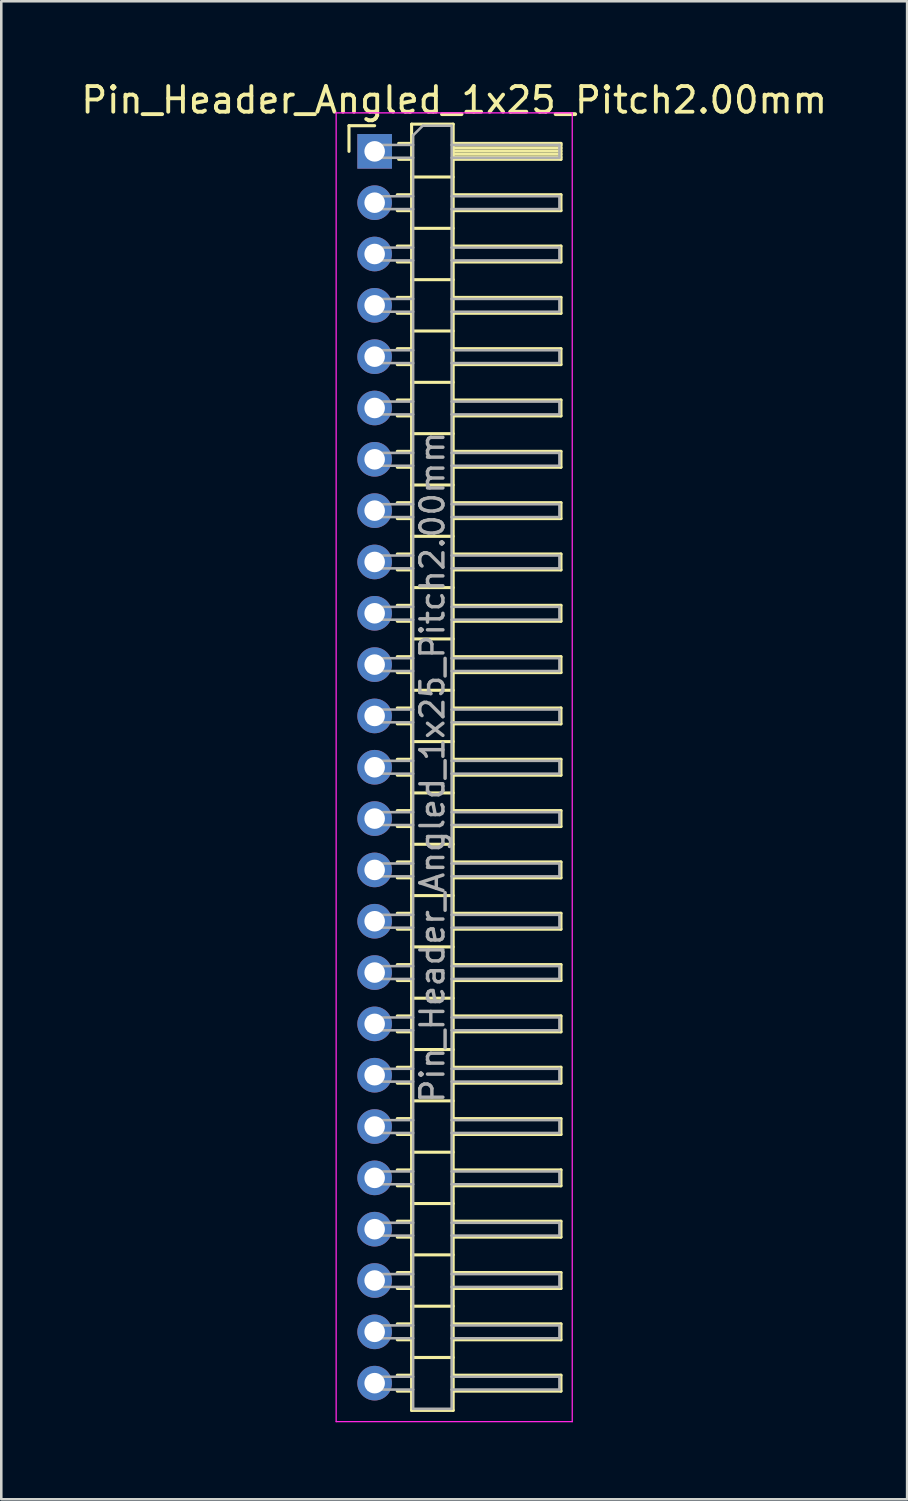
<source format=kicad_pcb>
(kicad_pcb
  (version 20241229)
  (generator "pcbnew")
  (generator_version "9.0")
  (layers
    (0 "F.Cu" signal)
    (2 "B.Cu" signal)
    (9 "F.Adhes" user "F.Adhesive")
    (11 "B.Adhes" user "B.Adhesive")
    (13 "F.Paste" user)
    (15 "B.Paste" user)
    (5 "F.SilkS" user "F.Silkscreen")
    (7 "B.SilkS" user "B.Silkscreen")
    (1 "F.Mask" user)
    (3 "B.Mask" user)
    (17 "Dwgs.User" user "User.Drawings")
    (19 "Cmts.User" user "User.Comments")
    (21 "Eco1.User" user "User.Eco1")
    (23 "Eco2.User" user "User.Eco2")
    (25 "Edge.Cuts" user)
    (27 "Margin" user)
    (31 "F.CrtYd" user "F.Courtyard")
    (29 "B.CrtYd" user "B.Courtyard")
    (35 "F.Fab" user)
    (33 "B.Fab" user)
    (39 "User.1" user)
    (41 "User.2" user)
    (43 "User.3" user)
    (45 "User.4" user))
  (footprint "Pin_Header_Angled_1x25_Pitch2.00mm"
    (layer "F.Cu")
    (at 11.549 2.848)
    (property "Reference" "Pin_Header_Angled_1x25_Pitch2.00mm" (at 3.1 -2 0) (layer "F.SilkS") (effects (font (size 1 1) (thickness 0.15))))
    (attr through_hole)
    (fp_line (start -1 -1) (end 0 -1) (stroke (width 0.12) (type solid)) (layer "F.SilkS"))
    (fp_line (start -1 0) (end -1 -1) (stroke (width 0.12) (type solid)) (layer "F.SilkS"))
    (fp_line (start 0.882 1.69) (end 1.44 1.69) (stroke (width 0.12) (type solid)) (layer "F.SilkS"))
    (fp_line (start 0.882 2.31) (end 1.44 2.31) (stroke (width 0.12) (type solid)) (layer "F.SilkS"))
    (fp_line (start 0.882 3.69) (end 1.44 3.69) (stroke (width 0.12) (type solid)) (layer "F.SilkS"))
    (fp_line (start 0.882 4.31) (end 1.44 4.31) (stroke (width 0.12) (type solid)) (layer "F.SilkS"))
    (fp_line (start 0.882 5.69) (end 1.44 5.69) (stroke (width 0.12) (type solid)) (layer "F.SilkS"))
    (fp_line (start 0.882 6.31) (end 1.44 6.31) (stroke (width 0.12) (type solid)) (layer "F.SilkS"))
    (fp_line (start 0.882 7.69) (end 1.44 7.69) (stroke (width 0.12) (type solid)) (layer "F.SilkS"))
    (fp_line (start 0.882 8.31) (end 1.44 8.31) (stroke (width 0.12) (type solid)) (layer "F.SilkS"))
    (fp_line (start 0.882 9.69) (end 1.44 9.69) (stroke (width 0.12) (type solid)) (layer "F.SilkS"))
    (fp_line (start 0.882 10.31) (end 1.44 10.31) (stroke (width 0.12) (type solid)) (layer "F.SilkS"))
    (fp_line (start 0.882 11.69) (end 1.44 11.69) (stroke (width 0.12) (type solid)) (layer "F.SilkS"))
    (fp_line (start 0.882 12.31) (end 1.44 12.31) (stroke (width 0.12) (type solid)) (layer "F.SilkS"))
    (fp_line (start 0.882 13.69) (end 1.44 13.69) (stroke (width 0.12) (type solid)) (layer "F.SilkS"))
    (fp_line (start 0.882 14.31) (end 1.44 14.31) (stroke (width 0.12) (type solid)) (layer "F.SilkS"))
    (fp_line (start 0.882 15.69) (end 1.44 15.69) (stroke (width 0.12) (type solid)) (layer "F.SilkS"))
    (fp_line (start 0.882 16.31) (end 1.44 16.31) (stroke (width 0.12) (type solid)) (layer "F.SilkS"))
    (fp_line (start 0.882 17.69) (end 1.44 17.69) (stroke (width 0.12) (type solid)) (layer "F.SilkS"))
    (fp_line (start 0.882 18.31) (end 1.44 18.31) (stroke (width 0.12) (type solid)) (layer "F.SilkS"))
    (fp_line (start 0.882 19.69) (end 1.44 19.69) (stroke (width 0.12) (type solid)) (layer "F.SilkS"))
    (fp_line (start 0.882 20.31) (end 1.44 20.31) (stroke (width 0.12) (type solid)) (layer "F.SilkS"))
    (fp_line (start 0.882 21.69) (end 1.44 21.69) (stroke (width 0.12) (type solid)) (layer "F.SilkS"))
    (fp_line (start 0.882 22.31) (end 1.44 22.31) (stroke (width 0.12) (type solid)) (layer "F.SilkS"))
    (fp_line (start 0.882 23.69) (end 1.44 23.69) (stroke (width 0.12) (type solid)) (layer "F.SilkS"))
    (fp_line (start 0.882 24.31) (end 1.44 24.31) (stroke (width 0.12) (type solid)) (layer "F.SilkS"))
    (fp_line (start 0.882 25.69) (end 1.44 25.69) (stroke (width 0.12) (type solid)) (layer "F.SilkS"))
    (fp_line (start 0.882 26.31) (end 1.44 26.31) (stroke (width 0.12) (type solid)) (layer "F.SilkS"))
    (fp_line (start 0.882 27.69) (end 1.44 27.69) (stroke (width 0.12) (type solid)) (layer "F.SilkS"))
    (fp_line (start 0.882 28.31) (end 1.44 28.31) (stroke (width 0.12) (type solid)) (layer "F.SilkS"))
    (fp_line (start 0.882 29.69) (end 1.44 29.69) (stroke (width 0.12) (type solid)) (layer "F.SilkS"))
    (fp_line (start 0.882 30.31) (end 1.44 30.31) (stroke (width 0.12) (type solid)) (layer "F.SilkS"))
    (fp_line (start 0.882 31.69) (end 1.44 31.69) (stroke (width 0.12) (type solid)) (layer "F.SilkS"))
    (fp_line (start 0.882 32.31) (end 1.44 32.31) (stroke (width 0.12) (type solid)) (layer "F.SilkS"))
    (fp_line (start 0.882 33.69) (end 1.44 33.69) (stroke (width 0.12) (type solid)) (layer "F.SilkS"))
    (fp_line (start 0.882 34.31) (end 1.44 34.31) (stroke (width 0.12) (type solid)) (layer "F.SilkS"))
    (fp_line (start 0.882 35.69) (end 1.44 35.69) (stroke (width 0.12) (type solid)) (layer "F.SilkS"))
    (fp_line (start 0.882 36.31) (end 1.44 36.31) (stroke (width 0.12) (type solid)) (layer "F.SilkS"))
    (fp_line (start 0.882 37.69) (end 1.44 37.69) (stroke (width 0.12) (type solid)) (layer "F.SilkS"))
    (fp_line (start 0.882 38.31) (end 1.44 38.31) (stroke (width 0.12) (type solid)) (layer "F.SilkS"))
    (fp_line (start 0.882 39.69) (end 1.44 39.69) (stroke (width 0.12) (type solid)) (layer "F.SilkS"))
    (fp_line (start 0.882 40.31) (end 1.44 40.31) (stroke (width 0.12) (type solid)) (layer "F.SilkS"))
    (fp_line (start 0.882 41.69) (end 1.44 41.69) (stroke (width 0.12) (type solid)) (layer "F.SilkS"))
    (fp_line (start 0.882 42.31) (end 1.44 42.31) (stroke (width 0.12) (type solid)) (layer "F.SilkS"))
    (fp_line (start 0.882 43.69) (end 1.44 43.69) (stroke (width 0.12) (type solid)) (layer "F.SilkS"))
    (fp_line (start 0.882 44.31) (end 1.44 44.31) (stroke (width 0.12) (type solid)) (layer "F.SilkS"))
    (fp_line (start 0.882 45.69) (end 1.44 45.69) (stroke (width 0.12) (type solid)) (layer "F.SilkS"))
    (fp_line (start 0.882 46.31) (end 1.44 46.31) (stroke (width 0.12) (type solid)) (layer "F.SilkS"))
    (fp_line (start 0.882 47.69) (end 1.44 47.69) (stroke (width 0.12) (type solid)) (layer "F.SilkS"))
    (fp_line (start 0.882 48.31) (end 1.44 48.31) (stroke (width 0.12) (type solid)) (layer "F.SilkS"))
    (fp_line (start 0.935 -0.31) (end 1.44 -0.31) (stroke (width 0.12) (type solid)) (layer "F.SilkS"))
    (fp_line (start 0.935 0.31) (end 1.44 0.31) (stroke (width 0.12) (type solid)) (layer "F.SilkS"))
    (fp_line (start 1.44 -1.06) (end 1.44 49.06) (stroke (width 0.12) (type solid)) (layer "F.SilkS"))
    (fp_line (start 1.44 1) (end 3.06 1) (stroke (width 0.12) (type solid)) (layer "F.SilkS"))
    (fp_line (start 1.44 3) (end 3.06 3) (stroke (width 0.12) (type solid)) (layer "F.SilkS"))
    (fp_line (start 1.44 5) (end 3.06 5) (stroke (width 0.12) (type solid)) (layer "F.SilkS"))
    (fp_line (start 1.44 7) (end 3.06 7) (stroke (width 0.12) (type solid)) (layer "F.SilkS"))
    (fp_line (start 1.44 9) (end 3.06 9) (stroke (width 0.12) (type solid)) (layer "F.SilkS"))
    (fp_line (start 1.44 11) (end 3.06 11) (stroke (width 0.12) (type solid)) (layer "F.SilkS"))
    (fp_line (start 1.44 13) (end 3.06 13) (stroke (width 0.12) (type solid)) (layer "F.SilkS"))
    (fp_line (start 1.44 15) (end 3.06 15) (stroke (width 0.12) (type solid)) (layer "F.SilkS"))
    (fp_line (start 1.44 17) (end 3.06 17) (stroke (width 0.12) (type solid)) (layer "F.SilkS"))
    (fp_line (start 1.44 19) (end 3.06 19) (stroke (width 0.12) (type solid)) (layer "F.SilkS"))
    (fp_line (start 1.44 21) (end 3.06 21) (stroke (width 0.12) (type solid)) (layer "F.SilkS"))
    (fp_line (start 1.44 23) (end 3.06 23) (stroke (width 0.12) (type solid)) (layer "F.SilkS"))
    (fp_line (start 1.44 25) (end 3.06 25) (stroke (width 0.12) (type solid)) (layer "F.SilkS"))
    (fp_line (start 1.44 27) (end 3.06 27) (stroke (width 0.12) (type solid)) (layer "F.SilkS"))
    (fp_line (start 1.44 29) (end 3.06 29) (stroke (width 0.12) (type solid)) (layer "F.SilkS"))
    (fp_line (start 1.44 31) (end 3.06 31) (stroke (width 0.12) (type solid)) (layer "F.SilkS"))
    (fp_line (start 1.44 33) (end 3.06 33) (stroke (width 0.12) (type solid)) (layer "F.SilkS"))
    (fp_line (start 1.44 35) (end 3.06 35) (stroke (width 0.12) (type solid)) (layer "F.SilkS"))
    (fp_line (start 1.44 37) (end 3.06 37) (stroke (width 0.12) (type solid)) (layer "F.SilkS"))
    (fp_line (start 1.44 39) (end 3.06 39) (stroke (width 0.12) (type solid)) (layer "F.SilkS"))
    (fp_line (start 1.44 41) (end 3.06 41) (stroke (width 0.12) (type solid)) (layer "F.SilkS"))
    (fp_line (start 1.44 43) (end 3.06 43) (stroke (width 0.12) (type solid)) (layer "F.SilkS"))
    (fp_line (start 1.44 45) (end 3.06 45) (stroke (width 0.12) (type solid)) (layer "F.SilkS"))
    (fp_line (start 1.44 47) (end 3.06 47) (stroke (width 0.12) (type solid)) (layer "F.SilkS"))
    (fp_line (start 1.44 49.06) (end 3.06 49.06) (stroke (width 0.12) (type solid)) (layer "F.SilkS"))
    (fp_line (start 3.06 -1.06) (end 1.44 -1.06) (stroke (width 0.12) (type solid)) (layer "F.SilkS"))
    (fp_line (start 3.06 -0.31) (end 7.26 -0.31) (stroke (width 0.12) (type solid)) (layer "F.SilkS"))
    (fp_line (start 3.06 -0.25) (end 7.26 -0.25) (stroke (width 0.12) (type solid)) (layer "F.SilkS"))
    (fp_line (start 3.06 -0.13) (end 7.26 -0.13) (stroke (width 0.12) (type solid)) (layer "F.SilkS"))
    (fp_line (start 3.06 -0.01) (end 7.26 -0.01) (stroke (width 0.12) (type solid)) (layer "F.SilkS"))
    (fp_line (start 3.06 0.11) (end 7.26 0.11) (stroke (width 0.12) (type solid)) (layer "F.SilkS"))
    (fp_line (start 3.06 0.23) (end 7.26 0.23) (stroke (width 0.12) (type solid)) (layer "F.SilkS"))
    (fp_line (start 3.06 1.69) (end 7.26 1.69) (stroke (width 0.12) (type solid)) (layer "F.SilkS"))
    (fp_line (start 3.06 3.69) (end 7.26 3.69) (stroke (width 0.12) (type solid)) (layer "F.SilkS"))
    (fp_line (start 3.06 5.69) (end 7.26 5.69) (stroke (width 0.12) (type solid)) (layer "F.SilkS"))
    (fp_line (start 3.06 7.69) (end 7.26 7.69) (stroke (width 0.12) (type solid)) (layer "F.SilkS"))
    (fp_line (start 3.06 9.69) (end 7.26 9.69) (stroke (width 0.12) (type solid)) (layer "F.SilkS"))
    (fp_line (start 3.06 11.69) (end 7.26 11.69) (stroke (width 0.12) (type solid)) (layer "F.SilkS"))
    (fp_line (start 3.06 13.69) (end 7.26 13.69) (stroke (width 0.12) (type solid)) (layer "F.SilkS"))
    (fp_line (start 3.06 15.69) (end 7.26 15.69) (stroke (width 0.12) (type solid)) (layer "F.SilkS"))
    (fp_line (start 3.06 17.69) (end 7.26 17.69) (stroke (width 0.12) (type solid)) (layer "F.SilkS"))
    (fp_line (start 3.06 19.69) (end 7.26 19.69) (stroke (width 0.12) (type solid)) (layer "F.SilkS"))
    (fp_line (start 3.06 21.69) (end 7.26 21.69) (stroke (width 0.12) (type solid)) (layer "F.SilkS"))
    (fp_line (start 3.06 23.69) (end 7.26 23.69) (stroke (width 0.12) (type solid)) (layer "F.SilkS"))
    (fp_line (start 3.06 25.69) (end 7.26 25.69) (stroke (width 0.12) (type solid)) (layer "F.SilkS"))
    (fp_line (start 3.06 27.69) (end 7.26 27.69) (stroke (width 0.12) (type solid)) (layer "F.SilkS"))
    (fp_line (start 3.06 29.69) (end 7.26 29.69) (stroke (width 0.12) (type solid)) (layer "F.SilkS"))
    (fp_line (start 3.06 31.69) (end 7.26 31.69) (stroke (width 0.12) (type solid)) (layer "F.SilkS"))
    (fp_line (start 3.06 33.69) (end 7.26 33.69) (stroke (width 0.12) (type solid)) (layer "F.SilkS"))
    (fp_line (start 3.06 35.69) (end 7.26 35.69) (stroke (width 0.12) (type solid)) (layer "F.SilkS"))
    (fp_line (start 3.06 37.69) (end 7.26 37.69) (stroke (width 0.12) (type solid)) (layer "F.SilkS"))
    (fp_line (start 3.06 39.69) (end 7.26 39.69) (stroke (width 0.12) (type solid)) (layer "F.SilkS"))
    (fp_line (start 3.06 41.69) (end 7.26 41.69) (stroke (width 0.12) (type solid)) (layer "F.SilkS"))
    (fp_line (start 3.06 43.69) (end 7.26 43.69) (stroke (width 0.12) (type solid)) (layer "F.SilkS"))
    (fp_line (start 3.06 45.69) (end 7.26 45.69) (stroke (width 0.12) (type solid)) (layer "F.SilkS"))
    (fp_line (start 3.06 47.69) (end 7.26 47.69) (stroke (width 0.12) (type solid)) (layer "F.SilkS"))
    (fp_line (start 3.06 49.06) (end 3.06 -1.06) (stroke (width 0.12) (type solid)) (layer "F.SilkS"))
    (fp_line (start 7.26 -0.31) (end 7.26 0.31) (stroke (width 0.12) (type solid)) (layer "F.SilkS"))
    (fp_line (start 7.26 0.31) (end 3.06 0.31) (stroke (width 0.12) (type solid)) (layer "F.SilkS"))
    (fp_line (start 7.26 1.69) (end 7.26 2.31) (stroke (width 0.12) (type solid)) (layer "F.SilkS"))
    (fp_line (start 7.26 2.31) (end 3.06 2.31) (stroke (width 0.12) (type solid)) (layer "F.SilkS"))
    (fp_line (start 7.26 3.69) (end 7.26 4.31) (stroke (width 0.12) (type solid)) (layer "F.SilkS"))
    (fp_line (start 7.26 4.31) (end 3.06 4.31) (stroke (width 0.12) (type solid)) (layer "F.SilkS"))
    (fp_line (start 7.26 5.69) (end 7.26 6.31) (stroke (width 0.12) (type solid)) (layer "F.SilkS"))
    (fp_line (start 7.26 6.31) (end 3.06 6.31) (stroke (width 0.12) (type solid)) (layer "F.SilkS"))
    (fp_line (start 7.26 7.69) (end 7.26 8.31) (stroke (width 0.12) (type solid)) (layer "F.SilkS"))
    (fp_line (start 7.26 8.31) (end 3.06 8.31) (stroke (width 0.12) (type solid)) (layer "F.SilkS"))
    (fp_line (start 7.26 9.69) (end 7.26 10.31) (stroke (width 0.12) (type solid)) (layer "F.SilkS"))
    (fp_line (start 7.26 10.31) (end 3.06 10.31) (stroke (width 0.12) (type solid)) (layer "F.SilkS"))
    (fp_line (start 7.26 11.69) (end 7.26 12.31) (stroke (width 0.12) (type solid)) (layer "F.SilkS"))
    (fp_line (start 7.26 12.31) (end 3.06 12.31) (stroke (width 0.12) (type solid)) (layer "F.SilkS"))
    (fp_line (start 7.26 13.69) (end 7.26 14.31) (stroke (width 0.12) (type solid)) (layer "F.SilkS"))
    (fp_line (start 7.26 14.31) (end 3.06 14.31) (stroke (width 0.12) (type solid)) (layer "F.SilkS"))
    (fp_line (start 7.26 15.69) (end 7.26 16.31) (stroke (width 0.12) (type solid)) (layer "F.SilkS"))
    (fp_line (start 7.26 16.31) (end 3.06 16.31) (stroke (width 0.12) (type solid)) (layer "F.SilkS"))
    (fp_line (start 7.26 17.69) (end 7.26 18.31) (stroke (width 0.12) (type solid)) (layer "F.SilkS"))
    (fp_line (start 7.26 18.31) (end 3.06 18.31) (stroke (width 0.12) (type solid)) (layer "F.SilkS"))
    (fp_line (start 7.26 19.69) (end 7.26 20.31) (stroke (width 0.12) (type solid)) (layer "F.SilkS"))
    (fp_line (start 7.26 20.31) (end 3.06 20.31) (stroke (width 0.12) (type solid)) (layer "F.SilkS"))
    (fp_line (start 7.26 21.69) (end 7.26 22.31) (stroke (width 0.12) (type solid)) (layer "F.SilkS"))
    (fp_line (start 7.26 22.31) (end 3.06 22.31) (stroke (width 0.12) (type solid)) (layer "F.SilkS"))
    (fp_line (start 7.26 23.69) (end 7.26 24.31) (stroke (width 0.12) (type solid)) (layer "F.SilkS"))
    (fp_line (start 7.26 24.31) (end 3.06 24.31) (stroke (width 0.12) (type solid)) (layer "F.SilkS"))
    (fp_line (start 7.26 25.69) (end 7.26 26.31) (stroke (width 0.12) (type solid)) (layer "F.SilkS"))
    (fp_line (start 7.26 26.31) (end 3.06 26.31) (stroke (width 0.12) (type solid)) (layer "F.SilkS"))
    (fp_line (start 7.26 27.69) (end 7.26 28.31) (stroke (width 0.12) (type solid)) (layer "F.SilkS"))
    (fp_line (start 7.26 28.31) (end 3.06 28.31) (stroke (width 0.12) (type solid)) (layer "F.SilkS"))
    (fp_line (start 7.26 29.69) (end 7.26 30.31) (stroke (width 0.12) (type solid)) (layer "F.SilkS"))
    (fp_line (start 7.26 30.31) (end 3.06 30.31) (stroke (width 0.12) (type solid)) (layer "F.SilkS"))
    (fp_line (start 7.26 31.69) (end 7.26 32.31) (stroke (width 0.12) (type solid)) (layer "F.SilkS"))
    (fp_line (start 7.26 32.31) (end 3.06 32.31) (stroke (width 0.12) (type solid)) (layer "F.SilkS"))
    (fp_line (start 7.26 33.69) (end 7.26 34.31) (stroke (width 0.12) (type solid)) (layer "F.SilkS"))
    (fp_line (start 7.26 34.31) (end 3.06 34.31) (stroke (width 0.12) (type solid)) (layer "F.SilkS"))
    (fp_line (start 7.26 35.69) (end 7.26 36.31) (stroke (width 0.12) (type solid)) (layer "F.SilkS"))
    (fp_line (start 7.26 36.31) (end 3.06 36.31) (stroke (width 0.12) (type solid)) (layer "F.SilkS"))
    (fp_line (start 7.26 37.69) (end 7.26 38.31) (stroke (width 0.12) (type solid)) (layer "F.SilkS"))
    (fp_line (start 7.26 38.31) (end 3.06 38.31) (stroke (width 0.12) (type solid)) (layer "F.SilkS"))
    (fp_line (start 7.26 39.69) (end 7.26 40.31) (stroke (width 0.12) (type solid)) (layer "F.SilkS"))
    (fp_line (start 7.26 40.31) (end 3.06 40.31) (stroke (width 0.12) (type solid)) (layer "F.SilkS"))
    (fp_line (start 7.26 41.69) (end 7.26 42.31) (stroke (width 0.12) (type solid)) (layer "F.SilkS"))
    (fp_line (start 7.26 42.31) (end 3.06 42.31) (stroke (width 0.12) (type solid)) (layer "F.SilkS"))
    (fp_line (start 7.26 43.69) (end 7.26 44.31) (stroke (width 0.12) (type solid)) (layer "F.SilkS"))
    (fp_line (start 7.26 44.31) (end 3.06 44.31) (stroke (width 0.12) (type solid)) (layer "F.SilkS"))
    (fp_line (start 7.26 45.69) (end 7.26 46.31) (stroke (width 0.12) (type solid)) (layer "F.SilkS"))
    (fp_line (start 7.26 46.31) (end 3.06 46.31) (stroke (width 0.12) (type solid)) (layer "F.SilkS"))
    (fp_line (start 7.26 47.69) (end 7.26 48.31) (stroke (width 0.12) (type solid)) (layer "F.SilkS"))
    (fp_line (start 7.26 48.31) (end 3.06 48.31) (stroke (width 0.12) (type solid)) (layer "F.SilkS"))
    (fp_line (start -1.5 -1.5) (end -1.5 49.5) (stroke (width 0.05) (type solid)) (layer "F.CrtYd"))
    (fp_line (start -1.5 49.5) (end 7.7 49.5) (stroke (width 0.05) (type solid)) (layer "F.CrtYd"))
    (fp_line (start 7.7 -1.5) (end -1.5 -1.5) (stroke (width 0.05) (type solid)) (layer "F.CrtYd"))
    (fp_line (start 7.7 49.5) (end 7.7 -1.5) (stroke (width 0.05) (type solid)) (layer "F.CrtYd"))
    (fp_line (start -0.25 -0.25) (end -0.25 0.25) (stroke (width 0.1) (type solid)) (layer "F.Fab"))
    (fp_line (start -0.25 -0.25) (end 1.5 -0.25) (stroke (width 0.1) (type solid)) (layer "F.Fab"))
    (fp_line (start -0.25 0.25) (end 1.5 0.25) (stroke (width 0.1) (type solid)) (layer "F.Fab"))
    (fp_line (start -0.25 1.75) (end -0.25 2.25) (stroke (width 0.1) (type solid)) (layer "F.Fab"))
    (fp_line (start -0.25 1.75) (end 1.5 1.75) (stroke (width 0.1) (type solid)) (layer "F.Fab"))
    (fp_line (start -0.25 2.25) (end 1.5 2.25) (stroke (width 0.1) (type solid)) (layer "F.Fab"))
    (fp_line (start -0.25 3.75) (end -0.25 4.25) (stroke (width 0.1) (type solid)) (layer "F.Fab"))
    (fp_line (start -0.25 3.75) (end 1.5 3.75) (stroke (width 0.1) (type solid)) (layer "F.Fab"))
    (fp_line (start -0.25 4.25) (end 1.5 4.25) (stroke (width 0.1) (type solid)) (layer "F.Fab"))
    (fp_line (start -0.25 5.75) (end -0.25 6.25) (stroke (width 0.1) (type solid)) (layer "F.Fab"))
    (fp_line (start -0.25 5.75) (end 1.5 5.75) (stroke (width 0.1) (type solid)) (layer "F.Fab"))
    (fp_line (start -0.25 6.25) (end 1.5 6.25) (stroke (width 0.1) (type solid)) (layer "F.Fab"))
    (fp_line (start -0.25 7.75) (end -0.25 8.25) (stroke (width 0.1) (type solid)) (layer "F.Fab"))
    (fp_line (start -0.25 7.75) (end 1.5 7.75) (stroke (width 0.1) (type solid)) (layer "F.Fab"))
    (fp_line (start -0.25 8.25) (end 1.5 8.25) (stroke (width 0.1) (type solid)) (layer "F.Fab"))
    (fp_line (start -0.25 9.75) (end -0.25 10.25) (stroke (width 0.1) (type solid)) (layer "F.Fab"))
    (fp_line (start -0.25 9.75) (end 1.5 9.75) (stroke (width 0.1) (type solid)) (layer "F.Fab"))
    (fp_line (start -0.25 10.25) (end 1.5 10.25) (stroke (width 0.1) (type solid)) (layer "F.Fab"))
    (fp_line (start -0.25 11.75) (end -0.25 12.25) (stroke (width 0.1) (type solid)) (layer "F.Fab"))
    (fp_line (start -0.25 11.75) (end 1.5 11.75) (stroke (width 0.1) (type solid)) (layer "F.Fab"))
    (fp_line (start -0.25 12.25) (end 1.5 12.25) (stroke (width 0.1) (type solid)) (layer "F.Fab"))
    (fp_line (start -0.25 13.75) (end -0.25 14.25) (stroke (width 0.1) (type solid)) (layer "F.Fab"))
    (fp_line (start -0.25 13.75) (end 1.5 13.75) (stroke (width 0.1) (type solid)) (layer "F.Fab"))
    (fp_line (start -0.25 14.25) (end 1.5 14.25) (stroke (width 0.1) (type solid)) (layer "F.Fab"))
    (fp_line (start -0.25 15.75) (end -0.25 16.25) (stroke (width 0.1) (type solid)) (layer "F.Fab"))
    (fp_line (start -0.25 15.75) (end 1.5 15.75) (stroke (width 0.1) (type solid)) (layer "F.Fab"))
    (fp_line (start -0.25 16.25) (end 1.5 16.25) (stroke (width 0.1) (type solid)) (layer "F.Fab"))
    (fp_line (start -0.25 17.75) (end -0.25 18.25) (stroke (width 0.1) (type solid)) (layer "F.Fab"))
    (fp_line (start -0.25 17.75) (end 1.5 17.75) (stroke (width 0.1) (type solid)) (layer "F.Fab"))
    (fp_line (start -0.25 18.25) (end 1.5 18.25) (stroke (width 0.1) (type solid)) (layer "F.Fab"))
    (fp_line (start -0.25 19.75) (end -0.25 20.25) (stroke (width 0.1) (type solid)) (layer "F.Fab"))
    (fp_line (start -0.25 19.75) (end 1.5 19.75) (stroke (width 0.1) (type solid)) (layer "F.Fab"))
    (fp_line (start -0.25 20.25) (end 1.5 20.25) (stroke (width 0.1) (type solid)) (layer "F.Fab"))
    (fp_line (start -0.25 21.75) (end -0.25 22.25) (stroke (width 0.1) (type solid)) (layer "F.Fab"))
    (fp_line (start -0.25 21.75) (end 1.5 21.75) (stroke (width 0.1) (type solid)) (layer "F.Fab"))
    (fp_line (start -0.25 22.25) (end 1.5 22.25) (stroke (width 0.1) (type solid)) (layer "F.Fab"))
    (fp_line (start -0.25 23.75) (end -0.25 24.25) (stroke (width 0.1) (type solid)) (layer "F.Fab"))
    (fp_line (start -0.25 23.75) (end 1.5 23.75) (stroke (width 0.1) (type solid)) (layer "F.Fab"))
    (fp_line (start -0.25 24.25) (end 1.5 24.25) (stroke (width 0.1) (type solid)) (layer "F.Fab"))
    (fp_line (start -0.25 25.75) (end -0.25 26.25) (stroke (width 0.1) (type solid)) (layer "F.Fab"))
    (fp_line (start -0.25 25.75) (end 1.5 25.75) (stroke (width 0.1) (type solid)) (layer "F.Fab"))
    (fp_line (start -0.25 26.25) (end 1.5 26.25) (stroke (width 0.1) (type solid)) (layer "F.Fab"))
    (fp_line (start -0.25 27.75) (end -0.25 28.25) (stroke (width 0.1) (type solid)) (layer "F.Fab"))
    (fp_line (start -0.25 27.75) (end 1.5 27.75) (stroke (width 0.1) (type solid)) (layer "F.Fab"))
    (fp_line (start -0.25 28.25) (end 1.5 28.25) (stroke (width 0.1) (type solid)) (layer "F.Fab"))
    (fp_line (start -0.25 29.75) (end -0.25 30.25) (stroke (width 0.1) (type solid)) (layer "F.Fab"))
    (fp_line (start -0.25 29.75) (end 1.5 29.75) (stroke (width 0.1) (type solid)) (layer "F.Fab"))
    (fp_line (start -0.25 30.25) (end 1.5 30.25) (stroke (width 0.1) (type solid)) (layer "F.Fab"))
    (fp_line (start -0.25 31.75) (end -0.25 32.25) (stroke (width 0.1) (type solid)) (layer "F.Fab"))
    (fp_line (start -0.25 31.75) (end 1.5 31.75) (stroke (width 0.1) (type solid)) (layer "F.Fab"))
    (fp_line (start -0.25 32.25) (end 1.5 32.25) (stroke (width 0.1) (type solid)) (layer "F.Fab"))
    (fp_line (start -0.25 33.75) (end -0.25 34.25) (stroke (width 0.1) (type solid)) (layer "F.Fab"))
    (fp_line (start -0.25 33.75) (end 1.5 33.75) (stroke (width 0.1) (type solid)) (layer "F.Fab"))
    (fp_line (start -0.25 34.25) (end 1.5 34.25) (stroke (width 0.1) (type solid)) (layer "F.Fab"))
    (fp_line (start -0.25 35.75) (end -0.25 36.25) (stroke (width 0.1) (type solid)) (layer "F.Fab"))
    (fp_line (start -0.25 35.75) (end 1.5 35.75) (stroke (width 0.1) (type solid)) (layer "F.Fab"))
    (fp_line (start -0.25 36.25) (end 1.5 36.25) (stroke (width 0.1) (type solid)) (layer "F.Fab"))
    (fp_line (start -0.25 37.75) (end -0.25 38.25) (stroke (width 0.1) (type solid)) (layer "F.Fab"))
    (fp_line (start -0.25 37.75) (end 1.5 37.75) (stroke (width 0.1) (type solid)) (layer "F.Fab"))
    (fp_line (start -0.25 38.25) (end 1.5 38.25) (stroke (width 0.1) (type solid)) (layer "F.Fab"))
    (fp_line (start -0.25 39.75) (end -0.25 40.25) (stroke (width 0.1) (type solid)) (layer "F.Fab"))
    (fp_line (start -0.25 39.75) (end 1.5 39.75) (stroke (width 0.1) (type solid)) (layer "F.Fab"))
    (fp_line (start -0.25 40.25) (end 1.5 40.25) (stroke (width 0.1) (type solid)) (layer "F.Fab"))
    (fp_line (start -0.25 41.75) (end -0.25 42.25) (stroke (width 0.1) (type solid)) (layer "F.Fab"))
    (fp_line (start -0.25 41.75) (end 1.5 41.75) (stroke (width 0.1) (type solid)) (layer "F.Fab"))
    (fp_line (start -0.25 42.25) (end 1.5 42.25) (stroke (width 0.1) (type solid)) (layer "F.Fab"))
    (fp_line (start -0.25 43.75) (end -0.25 44.25) (stroke (width 0.1) (type solid)) (layer "F.Fab"))
    (fp_line (start -0.25 43.75) (end 1.5 43.75) (stroke (width 0.1) (type solid)) (layer "F.Fab"))
    (fp_line (start -0.25 44.25) (end 1.5 44.25) (stroke (width 0.1) (type solid)) (layer "F.Fab"))
    (fp_line (start -0.25 45.75) (end -0.25 46.25) (stroke (width 0.1) (type solid)) (layer "F.Fab"))
    (fp_line (start -0.25 45.75) (end 1.5 45.75) (stroke (width 0.1) (type solid)) (layer "F.Fab"))
    (fp_line (start -0.25 46.25) (end 1.5 46.25) (stroke (width 0.1) (type solid)) (layer "F.Fab"))
    (fp_line (start -0.25 47.75) (end -0.25 48.25) (stroke (width 0.1) (type solid)) (layer "F.Fab"))
    (fp_line (start -0.25 47.75) (end 1.5 47.75) (stroke (width 0.1) (type solid)) (layer "F.Fab"))
    (fp_line (start -0.25 48.25) (end 1.5 48.25) (stroke (width 0.1) (type solid)) (layer "F.Fab"))
    (fp_line (start 1.5 -0.625) (end 1.875 -1) (stroke (width 0.1) (type solid)) (layer "F.Fab"))
    (fp_line (start 1.5 49) (end 1.5 -0.625) (stroke (width 0.1) (type solid)) (layer "F.Fab"))
    (fp_line (start 1.875 -1) (end 3 -1) (stroke (width 0.1) (type solid)) (layer "F.Fab"))
    (fp_line (start 3 -1) (end 3 49) (stroke (width 0.1) (type solid)) (layer "F.Fab"))
    (fp_line (start 3 -0.25) (end 7.2 -0.25) (stroke (width 0.1) (type solid)) (layer "F.Fab"))
    (fp_line (start 3 0.25) (end 7.2 0.25) (stroke (width 0.1) (type solid)) (layer "F.Fab"))
    (fp_line (start 3 1.75) (end 7.2 1.75) (stroke (width 0.1) (type solid)) (layer "F.Fab"))
    (fp_line (start 3 2.25) (end 7.2 2.25) (stroke (width 0.1) (type solid)) (layer "F.Fab"))
    (fp_line (start 3 3.75) (end 7.2 3.75) (stroke (width 0.1) (type solid)) (layer "F.Fab"))
    (fp_line (start 3 4.25) (end 7.2 4.25) (stroke (width 0.1) (type solid)) (layer "F.Fab"))
    (fp_line (start 3 5.75) (end 7.2 5.75) (stroke (width 0.1) (type solid)) (layer "F.Fab"))
    (fp_line (start 3 6.25) (end 7.2 6.25) (stroke (width 0.1) (type solid)) (layer "F.Fab"))
    (fp_line (start 3 7.75) (end 7.2 7.75) (stroke (width 0.1) (type solid)) (layer "F.Fab"))
    (fp_line (start 3 8.25) (end 7.2 8.25) (stroke (width 0.1) (type solid)) (layer "F.Fab"))
    (fp_line (start 3 9.75) (end 7.2 9.75) (stroke (width 0.1) (type solid)) (layer "F.Fab"))
    (fp_line (start 3 10.25) (end 7.2 10.25) (stroke (width 0.1) (type solid)) (layer "F.Fab"))
    (fp_line (start 3 11.75) (end 7.2 11.75) (stroke (width 0.1) (type solid)) (layer "F.Fab"))
    (fp_line (start 3 12.25) (end 7.2 12.25) (stroke (width 0.1) (type solid)) (layer "F.Fab"))
    (fp_line (start 3 13.75) (end 7.2 13.75) (stroke (width 0.1) (type solid)) (layer "F.Fab"))
    (fp_line (start 3 14.25) (end 7.2 14.25) (stroke (width 0.1) (type solid)) (layer "F.Fab"))
    (fp_line (start 3 15.75) (end 7.2 15.75) (stroke (width 0.1) (type solid)) (layer "F.Fab"))
    (fp_line (start 3 16.25) (end 7.2 16.25) (stroke (width 0.1) (type solid)) (layer "F.Fab"))
    (fp_line (start 3 17.75) (end 7.2 17.75) (stroke (width 0.1) (type solid)) (layer "F.Fab"))
    (fp_line (start 3 18.25) (end 7.2 18.25) (stroke (width 0.1) (type solid)) (layer "F.Fab"))
    (fp_line (start 3 19.75) (end 7.2 19.75) (stroke (width 0.1) (type solid)) (layer "F.Fab"))
    (fp_line (start 3 20.25) (end 7.2 20.25) (stroke (width 0.1) (type solid)) (layer "F.Fab"))
    (fp_line (start 3 21.75) (end 7.2 21.75) (stroke (width 0.1) (type solid)) (layer "F.Fab"))
    (fp_line (start 3 22.25) (end 7.2 22.25) (stroke (width 0.1) (type solid)) (layer "F.Fab"))
    (fp_line (start 3 23.75) (end 7.2 23.75) (stroke (width 0.1) (type solid)) (layer "F.Fab"))
    (fp_line (start 3 24.25) (end 7.2 24.25) (stroke (width 0.1) (type solid)) (layer "F.Fab"))
    (fp_line (start 3 25.75) (end 7.2 25.75) (stroke (width 0.1) (type solid)) (layer "F.Fab"))
    (fp_line (start 3 26.25) (end 7.2 26.25) (stroke (width 0.1) (type solid)) (layer "F.Fab"))
    (fp_line (start 3 27.75) (end 7.2 27.75) (stroke (width 0.1) (type solid)) (layer "F.Fab"))
    (fp_line (start 3 28.25) (end 7.2 28.25) (stroke (width 0.1) (type solid)) (layer "F.Fab"))
    (fp_line (start 3 29.75) (end 7.2 29.75) (stroke (width 0.1) (type solid)) (layer "F.Fab"))
    (fp_line (start 3 30.25) (end 7.2 30.25) (stroke (width 0.1) (type solid)) (layer "F.Fab"))
    (fp_line (start 3 31.75) (end 7.2 31.75) (stroke (width 0.1) (type solid)) (layer "F.Fab"))
    (fp_line (start 3 32.25) (end 7.2 32.25) (stroke (width 0.1) (type solid)) (layer "F.Fab"))
    (fp_line (start 3 33.75) (end 7.2 33.75) (stroke (width 0.1) (type solid)) (layer "F.Fab"))
    (fp_line (start 3 34.25) (end 7.2 34.25) (stroke (width 0.1) (type solid)) (layer "F.Fab"))
    (fp_line (start 3 35.75) (end 7.2 35.75) (stroke (width 0.1) (type solid)) (layer "F.Fab"))
    (fp_line (start 3 36.25) (end 7.2 36.25) (stroke (width 0.1) (type solid)) (layer "F.Fab"))
    (fp_line (start 3 37.75) (end 7.2 37.75) (stroke (width 0.1) (type solid)) (layer "F.Fab"))
    (fp_line (start 3 38.25) (end 7.2 38.25) (stroke (width 0.1) (type solid)) (layer "F.Fab"))
    (fp_line (start 3 39.75) (end 7.2 39.75) (stroke (width 0.1) (type solid)) (layer "F.Fab"))
    (fp_line (start 3 40.25) (end 7.2 40.25) (stroke (width 0.1) (type solid)) (layer "F.Fab"))
    (fp_line (start 3 41.75) (end 7.2 41.75) (stroke (width 0.1) (type solid)) (layer "F.Fab"))
    (fp_line (start 3 42.25) (end 7.2 42.25) (stroke (width 0.1) (type solid)) (layer "F.Fab"))
    (fp_line (start 3 43.75) (end 7.2 43.75) (stroke (width 0.1) (type solid)) (layer "F.Fab"))
    (fp_line (start 3 44.25) (end 7.2 44.25) (stroke (width 0.1) (type solid)) (layer "F.Fab"))
    (fp_line (start 3 45.75) (end 7.2 45.75) (stroke (width 0.1) (type solid)) (layer "F.Fab"))
    (fp_line (start 3 46.25) (end 7.2 46.25) (stroke (width 0.1) (type solid)) (layer "F.Fab"))
    (fp_line (start 3 47.75) (end 7.2 47.75) (stroke (width 0.1) (type solid)) (layer "F.Fab"))
    (fp_line (start 3 48.25) (end 7.2 48.25) (stroke (width 0.1) (type solid)) (layer "F.Fab"))
    (fp_line (start 3 49) (end 1.5 49) (stroke (width 0.1) (type solid)) (layer "F.Fab"))
    (fp_line (start 7.2 -0.25) (end 7.2 0.25) (stroke (width 0.1) (type solid)) (layer "F.Fab"))
    (fp_line (start 7.2 1.75) (end 7.2 2.25) (stroke (width 0.1) (type solid)) (layer "F.Fab"))
    (fp_line (start 7.2 3.75) (end 7.2 4.25) (stroke (width 0.1) (type solid)) (layer "F.Fab"))
    (fp_line (start 7.2 5.75) (end 7.2 6.25) (stroke (width 0.1) (type solid)) (layer "F.Fab"))
    (fp_line (start 7.2 7.75) (end 7.2 8.25) (stroke (width 0.1) (type solid)) (layer "F.Fab"))
    (fp_line (start 7.2 9.75) (end 7.2 10.25) (stroke (width 0.1) (type solid)) (layer "F.Fab"))
    (fp_line (start 7.2 11.75) (end 7.2 12.25) (stroke (width 0.1) (type solid)) (layer "F.Fab"))
    (fp_line (start 7.2 13.75) (end 7.2 14.25) (stroke (width 0.1) (type solid)) (layer "F.Fab"))
    (fp_line (start 7.2 15.75) (end 7.2 16.25) (stroke (width 0.1) (type solid)) (layer "F.Fab"))
    (fp_line (start 7.2 17.75) (end 7.2 18.25) (stroke (width 0.1) (type solid)) (layer "F.Fab"))
    (fp_line (start 7.2 19.75) (end 7.2 20.25) (stroke (width 0.1) (type solid)) (layer "F.Fab"))
    (fp_line (start 7.2 21.75) (end 7.2 22.25) (stroke (width 0.1) (type solid)) (layer "F.Fab"))
    (fp_line (start 7.2 23.75) (end 7.2 24.25) (stroke (width 0.1) (type solid)) (layer "F.Fab"))
    (fp_line (start 7.2 25.75) (end 7.2 26.25) (stroke (width 0.1) (type solid)) (layer "F.Fab"))
    (fp_line (start 7.2 27.75) (end 7.2 28.25) (stroke (width 0.1) (type solid)) (layer "F.Fab"))
    (fp_line (start 7.2 29.75) (end 7.2 30.25) (stroke (width 0.1) (type solid)) (layer "F.Fab"))
    (fp_line (start 7.2 31.75) (end 7.2 32.25) (stroke (width 0.1) (type solid)) (layer "F.Fab"))
    (fp_line (start 7.2 33.75) (end 7.2 34.25) (stroke (width 0.1) (type solid)) (layer "F.Fab"))
    (fp_line (start 7.2 35.75) (end 7.2 36.25) (stroke (width 0.1) (type solid)) (layer "F.Fab"))
    (fp_line (start 7.2 37.75) (end 7.2 38.25) (stroke (width 0.1) (type solid)) (layer "F.Fab"))
    (fp_line (start 7.2 39.75) (end 7.2 40.25) (stroke (width 0.1) (type solid)) (layer "F.Fab"))
    (fp_line (start 7.2 41.75) (end 7.2 42.25) (stroke (width 0.1) (type solid)) (layer "F.Fab"))
    (fp_line (start 7.2 43.75) (end 7.2 44.25) (stroke (width 0.1) (type solid)) (layer "F.Fab"))
    (fp_line (start 7.2 45.75) (end 7.2 46.25) (stroke (width 0.1) (type solid)) (layer "F.Fab"))
    (fp_line (start 7.2 47.75) (end 7.2 48.25) (stroke (width 0.1) (type solid)) (layer "F.Fab"))
    (fp_text user "${REFERENCE}" (at 2.25 24 90) (layer "F.Fab") (effects (font (size 0.9 0.9) (thickness 0.135))))
    (pad "1" thru_hole rect (at 0 0) (size 1.35 1.35) (drill 0.8) (layers "*.Cu" "*.Mask"))
    (pad "2" thru_hole oval (at 0 2) (size 1.35 1.35) (drill 0.8) (layers "*.Cu" "*.Mask"))
    (pad "3" thru_hole oval (at 0 4) (size 1.35 1.35) (drill 0.8) (layers "*.Cu" "*.Mask"))
    (pad "4" thru_hole oval (at 0 6) (size 1.35 1.35) (drill 0.8) (layers "*.Cu" "*.Mask"))
    (pad "5" thru_hole oval (at 0 8) (size 1.35 1.35) (drill 0.8) (layers "*.Cu" "*.Mask"))
    (pad "6" thru_hole oval (at 0 10) (size 1.35 1.35) (drill 0.8) (layers "*.Cu" "*.Mask"))
    (pad "7" thru_hole oval (at 0 12) (size 1.35 1.35) (drill 0.8) (layers "*.Cu" "*.Mask"))
    (pad "8" thru_hole oval (at 0 14) (size 1.35 1.35) (drill 0.8) (layers "*.Cu" "*.Mask"))
    (pad "9" thru_hole oval (at 0 16) (size 1.35 1.35) (drill 0.8) (layers "*.Cu" "*.Mask"))
    (pad "10" thru_hole oval (at 0 18) (size 1.35 1.35) (drill 0.8) (layers "*.Cu" "*.Mask"))
    (pad "11" thru_hole oval (at 0 20) (size 1.35 1.35) (drill 0.8) (layers "*.Cu" "*.Mask"))
    (pad "12" thru_hole oval (at 0 22) (size 1.35 1.35) (drill 0.8) (layers "*.Cu" "*.Mask"))
    (pad "13" thru_hole oval (at 0 24) (size 1.35 1.35) (drill 0.8) (layers "*.Cu" "*.Mask"))
    (pad "14" thru_hole oval (at 0 26) (size 1.35 1.35) (drill 0.8) (layers "*.Cu" "*.Mask"))
    (pad "15" thru_hole oval (at 0 28) (size 1.35 1.35) (drill 0.8) (layers "*.Cu" "*.Mask"))
    (pad "16" thru_hole oval (at 0 30) (size 1.35 1.35) (drill 0.8) (layers "*.Cu" "*.Mask"))
    (pad "17" thru_hole oval (at 0 32) (size 1.35 1.35) (drill 0.8) (layers "*.Cu" "*.Mask"))
    (pad "18" thru_hole oval (at 0 34) (size 1.35 1.35) (drill 0.8) (layers "*.Cu" "*.Mask"))
    (pad "19" thru_hole oval (at 0 36) (size 1.35 1.35) (drill 0.8) (layers "*.Cu" "*.Mask"))
    (pad "20" thru_hole oval (at 0 38) (size 1.35 1.35) (drill 0.8) (layers "*.Cu" "*.Mask"))
    (pad "21" thru_hole oval (at 0 40) (size 1.35 1.35) (drill 0.8) (layers "*.Cu" "*.Mask"))
    (pad "22" thru_hole oval (at 0 42) (size 1.35 1.35) (drill 0.8) (layers "*.Cu" "*.Mask"))
    (pad "23" thru_hole oval (at 0 44) (size 1.35 1.35) (drill 0.8) (layers "*.Cu" "*.Mask"))
    (pad "24" thru_hole oval (at 0 46) (size 1.35 1.35) (drill 0.8) (layers "*.Cu" "*.Mask"))
    (pad "25" thru_hole oval (at 0 48) (size 1.35 1.35) (drill 0.8) (layers "*.Cu" "*.Mask")))
  (gr_rect
    (start -3 -3)
    (end 32.298 55.373)
    (stroke (width 0.1) (type default))
    (fill no)
    (layer "Edge.Cuts")))
</source>
